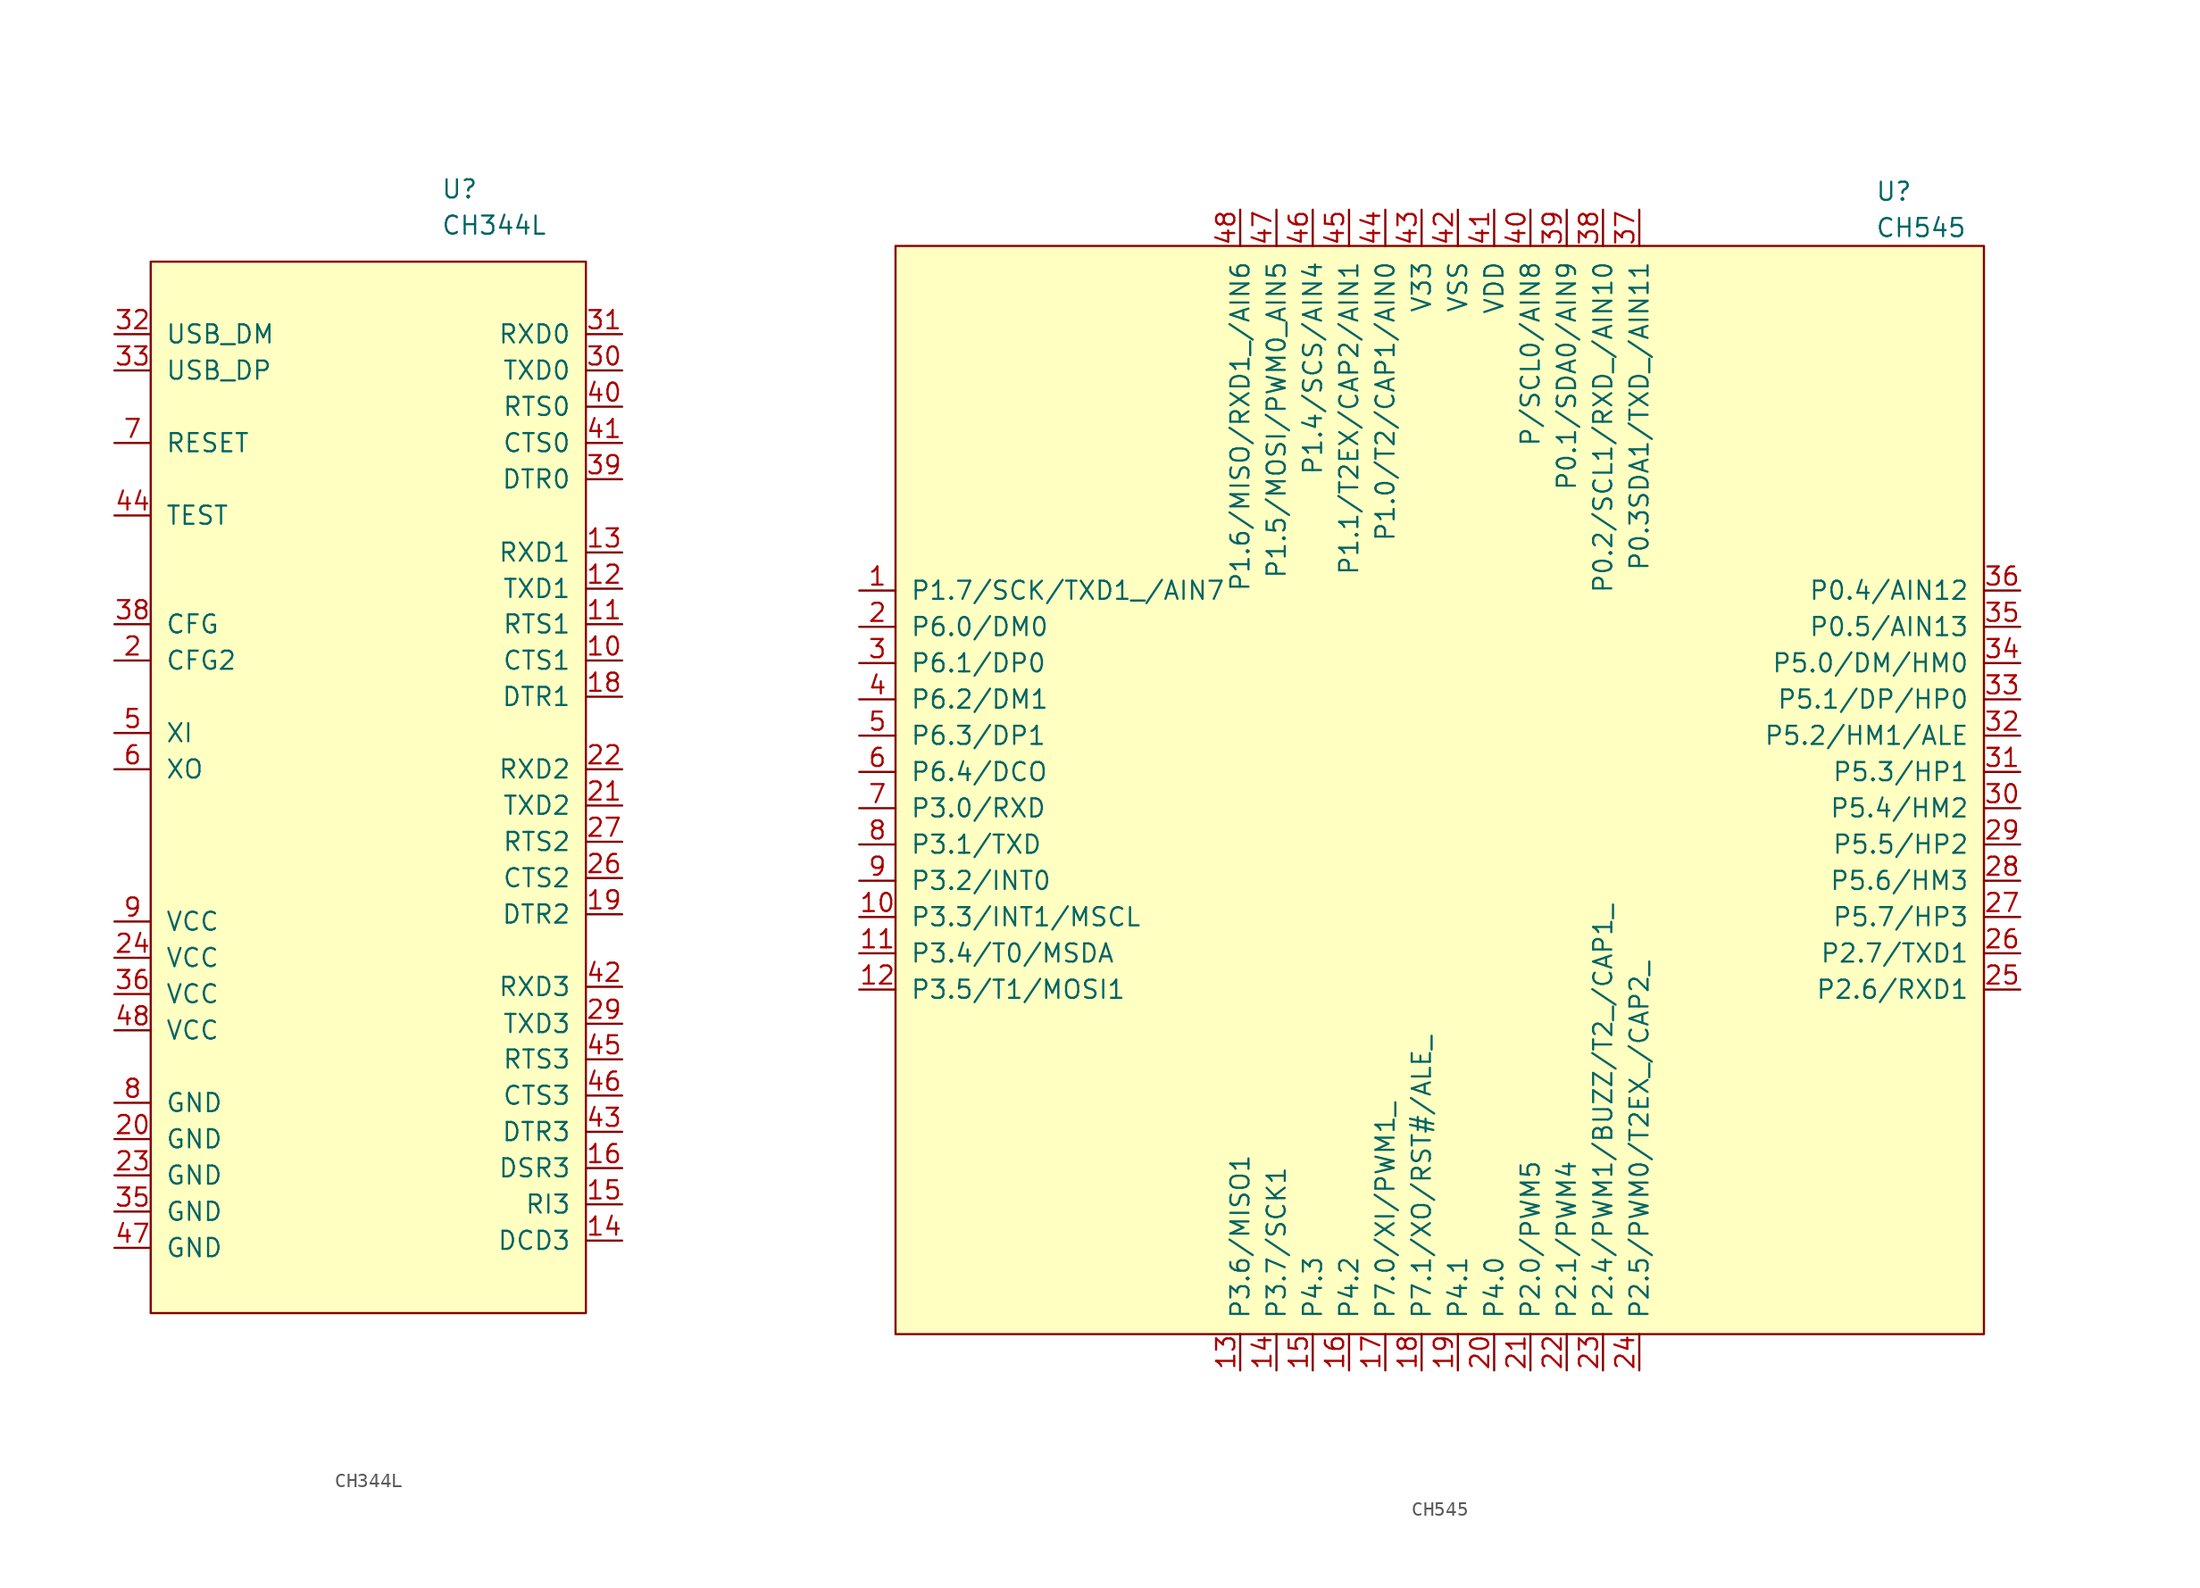
<source format=kicad_sym>
(kicad_symbol_lib
  (version 20231120)
  (generator "kicad_symbol_editor")
  (generator_version "8.0")
  (symbol "CH344L"
    (pin_names
      (offset 1.016))
    (property "Reference" "U"
      (at 5.08 38.1 0)
      (effects (font (size 1.27 1.27)) (justify left)))
    (property "Value" "CH344L"
      (at 5.08 35.56 0)
      (effects (font (size 1.27 1.27)) (justify left)))
    (symbol "CH344L_0_1"
      (rectangle (start -15.24 33.02) (end 15.24 -40.64) (stroke (width 0) (type default)) (fill (type background))))
    (symbol "CH344L_1_1"
      (pin no_connect line (at -10.16 -43.18 90) (length 2.54) hide (name "NC" (effects (font (size 1.27 1.27)))) (number "1" (effects (font (size 1.27 1.27)))))
      (pin input line (at 17.78 5.08 180) (length 2.54) (name "CTS1" (effects (font (size 1.27 1.27)))) (number "10" (effects (font (size 1.27 1.27)))))
      (pin output line (at 17.78 7.62 180) (length 2.54) (name "RTS1" (effects (font (size 1.27 1.27)))) (number "11" (effects (font (size 1.27 1.27)))))
      (pin output line (at 17.78 10.109 180) (length 2.54) (name "TXD1" (effects (font (size 1.27 1.27)))) (number "12" (effects (font (size 1.27 1.27)))))
      (pin input line (at 17.78 12.649 180) (length 2.54) (name "RXD1" (effects (font (size 1.27 1.27)))) (number "13" (effects (font (size 1.27 1.27)))))
      (pin input line (at 17.78 -35.56 180) (length 2.54) (name "DCD3" (effects (font (size 1.27 1.27)))) (number "14" (effects (font (size 1.27 1.27)))))
      (pin input line (at 17.78 -33.02 180) (length 2.54) (name "RI3" (effects (font (size 1.27 1.27)))) (number "15" (effects (font (size 1.27 1.27)))))
      (pin input line (at 17.78 -30.48 180) (length 2.54) (name "DSR3" (effects (font (size 1.27 1.27)))) (number "16" (effects (font (size 1.27 1.27)))))
      (pin no_connect line (at -2.54 -43.18 90) (length 2.54) hide (name "NC" (effects (font (size 1.27 1.27)))) (number "17" (effects (font (size 1.27 1.27)))))
      (pin output line (at 17.78 2.54 180) (length 2.54) (name "DTR1" (effects (font (size 1.27 1.27)))) (number "18" (effects (font (size 1.27 1.27)))))
      (pin output line (at 17.78 -12.7 180) (length 2.54) (name "DTR2" (effects (font (size 1.27 1.27)))) (number "19" (effects (font (size 1.27 1.27)))))
      (pin input line (at -17.78 5.08 0) (length 2.54) (name "CFG2" (effects (font (size 1.27 1.27)))) (number "2" (effects (font (size 1.27 1.27)))))
      (pin power_in line (at -17.78 -28.448 0) (length 2.54) (name "GND" (effects (font (size 1.27 1.27)))) (number "20" (effects (font (size 1.27 1.27)))))
      (pin output line (at 17.78 -5.08 180) (length 2.54) (name "TXD2" (effects (font (size 1.27 1.27)))) (number "21" (effects (font (size 1.27 1.27)))))
      (pin input line (at 17.78 -2.54 180) (length 2.54) (name "RXD2" (effects (font (size 1.27 1.27)))) (number "22" (effects (font (size 1.27 1.27)))))
      (pin power_in line (at -17.78 -30.988 0) (length 2.54) (name "GND" (effects (font (size 1.27 1.27)))) (number "23" (effects (font (size 1.27 1.27)))))
      (pin power_in line (at -17.78 -15.748 0) (length 2.54) (name "VCC" (effects (font (size 1.27 1.27)))) (number "24" (effects (font (size 1.27 1.27)))))
      (pin no_connect line (at 0 -43.18 90) (length 2.54) hide (name "NC" (effects (font (size 1.27 1.27)))) (number "25" (effects (font (size 1.27 1.27)))))
      (pin input line (at 17.78 -10.16 180) (length 2.54) (name "CTS2" (effects (font (size 1.27 1.27)))) (number "26" (effects (font (size 1.27 1.27)))))
      (pin output line (at 17.78 -7.62 180) (length 2.54) (name "RTS2" (effects (font (size 1.27 1.27)))) (number "27" (effects (font (size 1.27 1.27)))))
      (pin no_connect line (at 2.54 -43.18 90) (length 2.54) hide (name "NC" (effects (font (size 1.27 1.27)))) (number "28" (effects (font (size 1.27 1.27)))))
      (pin output line (at 17.78 -20.371 180) (length 2.54) (name "TXD3" (effects (font (size 1.27 1.27)))) (number "29" (effects (font (size 1.27 1.27)))))
      (pin no_connect line (at -7.62 -43.18 90) (length 2.54) hide (name "NC" (effects (font (size 1.27 1.27)))) (number "3" (effects (font (size 1.27 1.27)))))
      (pin output line (at 17.78 25.4 180) (length 2.54) (name "TXD0" (effects (font (size 1.27 1.27)))) (number "30" (effects (font (size 1.27 1.27)))))
      (pin input line (at 17.78 27.94 180) (length 2.54) (name "RXD0" (effects (font (size 1.27 1.27)))) (number "31" (effects (font (size 1.27 1.27)))))
      (pin input line (at -17.78 27.94 0) (length 2.54) (name "USB_DM" (effects (font (size 1.27 1.27)))) (number "32" (effects (font (size 1.27 1.27)))))
      (pin output line (at -17.78 25.4 0) (length 2.54) (name "USB_DP" (effects (font (size 1.27 1.27)))) (number "33" (effects (font (size 1.27 1.27)))))
      (pin no_connect line (at 5.08 -43.18 90) (length 2.54) hide (name "NC" (effects (font (size 1.27 1.27)))) (number "34" (effects (font (size 1.27 1.27)))))
      (pin power_in line (at -17.78 -33.528 0) (length 2.54) (name "GND" (effects (font (size 1.27 1.27)))) (number "35" (effects (font (size 1.27 1.27)))))
      (pin power_in line (at -17.78 -18.288 0) (length 2.54) (name "VCC" (effects (font (size 1.27 1.27)))) (number "36" (effects (font (size 1.27 1.27)))))
      (pin no_connect line (at 7.62 -43.18 90) (length 2.54) hide (name "NC" (effects (font (size 1.27 1.27)))) (number "37" (effects (font (size 1.27 1.27)))))
      (pin input line (at -17.78 7.62 0) (length 2.54) (name "CFG" (effects (font (size 1.27 1.27)))) (number "38" (effects (font (size 1.27 1.27)))))
      (pin output line (at 17.78 17.78 180) (length 2.54) (name "DTR0" (effects (font (size 1.27 1.27)))) (number "39" (effects (font (size 1.27 1.27)))))
      (pin no_connect line (at -5.08 -43.18 90) (length 2.54) hide (name "NC" (effects (font (size 1.27 1.27)))) (number "4" (effects (font (size 1.27 1.27)))))
      (pin output line (at 17.78 22.86 180) (length 2.54) (name "RTS0" (effects (font (size 1.27 1.27)))) (number "40" (effects (font (size 1.27 1.27)))))
      (pin input line (at 17.78 20.32 180) (length 2.54) (name "CTS0" (effects (font (size 1.27 1.27)))) (number "41" (effects (font (size 1.27 1.27)))))
      (pin input line (at 17.78 -17.78 180) (length 2.54) (name "RXD3" (effects (font (size 1.27 1.27)))) (number "42" (effects (font (size 1.27 1.27)))))
      (pin output line (at 17.78 -27.94 180) (length 2.54) (name "DTR3" (effects (font (size 1.27 1.27)))) (number "43" (effects (font (size 1.27 1.27)))))
      (pin input line (at -17.78 15.24 0) (length 2.54) (name "TEST" (effects (font (size 1.27 1.27)))) (number "44" (effects (font (size 1.27 1.27)))))
      (pin output line (at 17.78 -22.86 180) (length 2.54) (name "RTS3" (effects (font (size 1.27 1.27)))) (number "45" (effects (font (size 1.27 1.27)))))
      (pin input line (at 17.78 -25.4 180) (length 2.54) (name "CTS3" (effects (font (size 1.27 1.27)))) (number "46" (effects (font (size 1.27 1.27)))))
      (pin power_in line (at -17.78 -36.068 0) (length 2.54) (name "GND" (effects (font (size 1.27 1.27)))) (number "47" (effects (font (size 1.27 1.27)))))
      (pin power_in line (at -17.78 -20.828 0) (length 2.54) (name "VCC" (effects (font (size 1.27 1.27)))) (number "48" (effects (font (size 1.27 1.27)))))
      (pin input line (at -17.78 0 0) (length 2.54) (name "XI" (effects (font (size 1.27 1.27)))) (number "5" (effects (font (size 1.27 1.27)))))
      (pin output line (at -17.78 -2.54 0) (length 2.54) (name "XO" (effects (font (size 1.27 1.27)))) (number "6" (effects (font (size 1.27 1.27)))))
      (pin input line (at -17.78 20.32 0) (length 2.54) (name "RESET" (effects (font (size 1.27 1.27)))) (number "7" (effects (font (size 1.27 1.27)))))
      (pin power_in line (at -17.78 -25.908 0) (length 2.54) (name "GND" (effects (font (size 1.27 1.27)))) (number "8" (effects (font (size 1.27 1.27)))))
      (pin power_in line (at -17.78 -13.208 0) (length 2.54) (name "VCC" (effects (font (size 1.27 1.27)))) (number "9" (effects (font (size 1.27 1.27)))))))
  (symbol "CH545"
    (pin_names
      (offset 1.016))
    (property "Reference" "U"
      (at 30.48 41.91 0)
      (effects (font (size 1.27 1.27)) (justify left)))
    (property "Value" "CH545"
      (at 30.48 39.37 0)
      (effects (font (size 1.27 1.27)) (justify left)))
    (symbol "CH545_0_1"
      (rectangle (start -38.1 38.1) (end 38.1 -38.1) (stroke (width 0) (type default)) (fill (type background))))
    (symbol "CH545_1_1"
      (pin bidirectional line (at -40.64 13.97 0) (length 2.54) (name "P1.7/SCK/TXD1_/AIN7" (effects (font (size 1.27 1.27)))) (number "1" (effects (font (size 1.27 1.27)))))
      (pin bidirectional line (at -40.64 -8.89 0) (length 2.54) (name "P3.3/INT1/MSCL" (effects (font (size 1.27 1.27)))) (number "10" (effects (font (size 1.27 1.27)))))
      (pin bidirectional line (at -40.64 -11.43 0) (length 2.54) (name "P3.4/T0/MSDA" (effects (font (size 1.27 1.27)))) (number "11" (effects (font (size 1.27 1.27)))))
      (pin bidirectional line (at -40.64 -13.97 0) (length 2.54) (name "P3.5/T1/MOSI1" (effects (font (size 1.27 1.27)))) (number "12" (effects (font (size 1.27 1.27)))))
      (pin bidirectional line (at -13.97 -40.64 90) (length 2.54) (name "P3.6/MISO1" (effects (font (size 1.27 1.27)))) (number "13" (effects (font (size 1.27 1.27)))))
      (pin bidirectional line (at -11.43 -40.64 90) (length 2.54) (name "P3.7/SCK1" (effects (font (size 1.27 1.27)))) (number "14" (effects (font (size 1.27 1.27)))))
      (pin bidirectional line (at -8.89 -40.64 90) (length 2.54) (name "P4.3" (effects (font (size 1.27 1.27)))) (number "15" (effects (font (size 1.27 1.27)))))
      (pin bidirectional line (at -6.35 -40.64 90) (length 2.54) (name "P4.2" (effects (font (size 1.27 1.27)))) (number "16" (effects (font (size 1.27 1.27)))))
      (pin bidirectional line (at -3.81 -40.64 90) (length 2.54) (name "P7.0/XI/PWM1_" (effects (font (size 1.27 1.27)))) (number "17" (effects (font (size 1.27 1.27)))))
      (pin bidirectional line (at -1.27 -40.64 90) (length 2.54) (name "P7.1/XO/RST#/ALE_" (effects (font (size 1.27 1.27)))) (number "18" (effects (font (size 1.27 1.27)))))
      (pin bidirectional line (at 1.27 -40.64 90) (length 2.54) (name "P4.1" (effects (font (size 1.27 1.27)))) (number "19" (effects (font (size 1.27 1.27)))))
      (pin bidirectional line (at -40.64 11.43 0) (length 2.54) (name "P6.0/DM0" (effects (font (size 1.27 1.27)))) (number "2" (effects (font (size 1.27 1.27)))))
      (pin bidirectional line (at 3.81 -40.64 90) (length 2.54) (name "P4.0" (effects (font (size 1.27 1.27)))) (number "20" (effects (font (size 1.27 1.27)))))
      (pin bidirectional line (at 6.35 -40.64 90) (length 2.54) (name "P2.0/PWM5" (effects (font (size 1.27 1.27)))) (number "21" (effects (font (size 1.27 1.27)))))
      (pin bidirectional line (at 8.89 -40.64 90) (length 2.54) (name "P2.1/PWM4" (effects (font (size 1.27 1.27)))) (number "22" (effects (font (size 1.27 1.27)))))
      (pin output line (at 11.43 -40.64 90) (length 2.54) (name "P2.4/PWM1/BUZZ/T2_/CAP1_" (effects (font (size 1.27 1.27)))) (number "23" (effects (font (size 1.27 1.27)))))
      (pin bidirectional line (at 13.97 -40.64 90) (length 2.54) (name "P2.5/PWM0/T2EX_/CAP2_" (effects (font (size 1.27 1.27)))) (number "24" (effects (font (size 1.27 1.27)))))
      (pin bidirectional line (at 40.64 -13.97 180) (length 2.54) (name "P2.6/RXD1" (effects (font (size 1.27 1.27)))) (number "25" (effects (font (size 1.27 1.27)))))
      (pin bidirectional line (at 40.64 -11.43 180) (length 2.54) (name "P2.7/TXD1" (effects (font (size 1.27 1.27)))) (number "26" (effects (font (size 1.27 1.27)))))
      (pin bidirectional line (at 40.64 -8.89 180) (length 2.54) (name "P5.7/HP3" (effects (font (size 1.27 1.27)))) (number "27" (effects (font (size 1.27 1.27)))))
      (pin bidirectional line (at 40.64 -6.35 180) (length 2.54) (name "P5.6/HM3" (effects (font (size 1.27 1.27)))) (number "28" (effects (font (size 1.27 1.27)))))
      (pin bidirectional line (at 40.64 -3.81 180) (length 2.54) (name "P5.5/HP2" (effects (font (size 1.27 1.27)))) (number "29" (effects (font (size 1.27 1.27)))))
      (pin bidirectional line (at -40.64 8.89 0) (length 2.54) (name "P6.1/DP0" (effects (font (size 1.27 1.27)))) (number "3" (effects (font (size 1.27 1.27)))))
      (pin bidirectional line (at 40.64 -1.27 180) (length 2.54) (name "P5.4/HM2" (effects (font (size 1.27 1.27)))) (number "30" (effects (font (size 1.27 1.27)))))
      (pin bidirectional line (at 40.64 1.27 180) (length 2.54) (name "P5.3/HP1" (effects (font (size 1.27 1.27)))) (number "31" (effects (font (size 1.27 1.27)))))
      (pin bidirectional line (at 40.64 3.81 180) (length 2.54) (name "P5.2/HM1/ALE" (effects (font (size 1.27 1.27)))) (number "32" (effects (font (size 1.27 1.27)))))
      (pin bidirectional line (at 40.64 6.35 180) (length 2.54) (name "P5.1/DP/HP0" (effects (font (size 1.27 1.27)))) (number "33" (effects (font (size 1.27 1.27)))))
      (pin bidirectional line (at 40.64 8.89 180) (length 2.54) (name "P5.0/DM/HM0" (effects (font (size 1.27 1.27)))) (number "34" (effects (font (size 1.27 1.27)))))
      (pin bidirectional line (at 40.64 11.43 180) (length 2.54) (name "P0.5/AIN13" (effects (font (size 1.27 1.27)))) (number "35" (effects (font (size 1.27 1.27)))))
      (pin bidirectional line (at 40.64 13.97 180) (length 2.54) (name "P0.4/AIN12" (effects (font (size 1.27 1.27)))) (number "36" (effects (font (size 1.27 1.27)))))
      (pin bidirectional line (at 13.97 40.64 270) (length 2.54) (name "P0.3SDA1/TXD_/AIN11" (effects (font (size 1.27 1.27)))) (number "37" (effects (font (size 1.27 1.27)))))
      (pin bidirectional line (at 11.43 40.64 270) (length 2.54) (name "P0.2/SCL1/RXD_/AIN10" (effects (font (size 1.27 1.27)))) (number "38" (effects (font (size 1.27 1.27)))))
      (pin bidirectional line (at 8.89 40.64 270) (length 2.54) (name "P0.1/SDA0/AIN9" (effects (font (size 1.27 1.27)))) (number "39" (effects (font (size 1.27 1.27)))))
      (pin bidirectional line (at -40.64 6.35 0) (length 2.54) (name "P6.2/DM1" (effects (font (size 1.27 1.27)))) (number "4" (effects (font (size 1.27 1.27)))))
      (pin bidirectional line (at 6.35 40.64 270) (length 2.54) (name "P/SCL0/AIN8" (effects (font (size 1.27 1.27)))) (number "40" (effects (font (size 1.27 1.27)))))
      (pin power_in line (at 3.81 40.64 270) (length 2.54) (name "VDD" (effects (font (size 1.27 1.27)))) (number "41" (effects (font (size 1.27 1.27)))))
      (pin power_in line (at 1.27 40.64 270) (length 2.54) (name "VSS" (effects (font (size 1.27 1.27)))) (number "42" (effects (font (size 1.27 1.27)))))
      (pin power_in line (at -1.27 40.64 270) (length 2.54) (name "V33" (effects (font (size 1.27 1.27)))) (number "43" (effects (font (size 1.27 1.27)))))
      (pin bidirectional line (at -3.81 40.64 270) (length 2.54) (name "P1.0/T2/CAP1/AIN0" (effects (font (size 1.27 1.27)))) (number "44" (effects (font (size 1.27 1.27)))))
      (pin bidirectional line (at -6.35 40.64 270) (length 2.54) (name "P1.1/T2EX/CAP2/AIN1" (effects (font (size 1.27 1.27)))) (number "45" (effects (font (size 1.27 1.27)))))
      (pin bidirectional line (at -8.89 40.64 270) (length 2.54) (name "P1.4/SCS/AIN4" (effects (font (size 1.27 1.27)))) (number "46" (effects (font (size 1.27 1.27)))))
      (pin output line (at -11.43 40.64 270) (length 2.54) (name "P1.5/MOSI/PWM0_AIN5" (effects (font (size 1.27 1.27)))) (number "47" (effects (font (size 1.27 1.27)))))
      (pin output line (at -13.97 40.64 270) (length 2.54) (name "P1.6/MISO/RXD1_/AIN6" (effects (font (size 1.27 1.27)))) (number "48" (effects (font (size 1.27 1.27)))))
      (pin bidirectional line (at -40.64 3.81 0) (length 2.54) (name "P6.3/DP1" (effects (font (size 1.27 1.27)))) (number "5" (effects (font (size 1.27 1.27)))))
      (pin bidirectional line (at -40.64 1.27 0) (length 2.54) (name "P6.4/DCO" (effects (font (size 1.27 1.27)))) (number "6" (effects (font (size 1.27 1.27)))))
      (pin bidirectional line (at -40.64 -1.27 0) (length 2.54) (name "P3.0/RXD" (effects (font (size 1.27 1.27)))) (number "7" (effects (font (size 1.27 1.27)))))
      (pin bidirectional line (at -40.64 -3.81 0) (length 2.54) (name "P3.1/TXD" (effects (font (size 1.27 1.27)))) (number "8" (effects (font (size 1.27 1.27)))))
      (pin bidirectional line (at -40.64 -6.35 0) (length 2.54) (name "P3.2/INT0" (effects (font (size 1.27 1.27)))) (number "9" (effects (font (size 1.27 1.27))))))))
</source>
